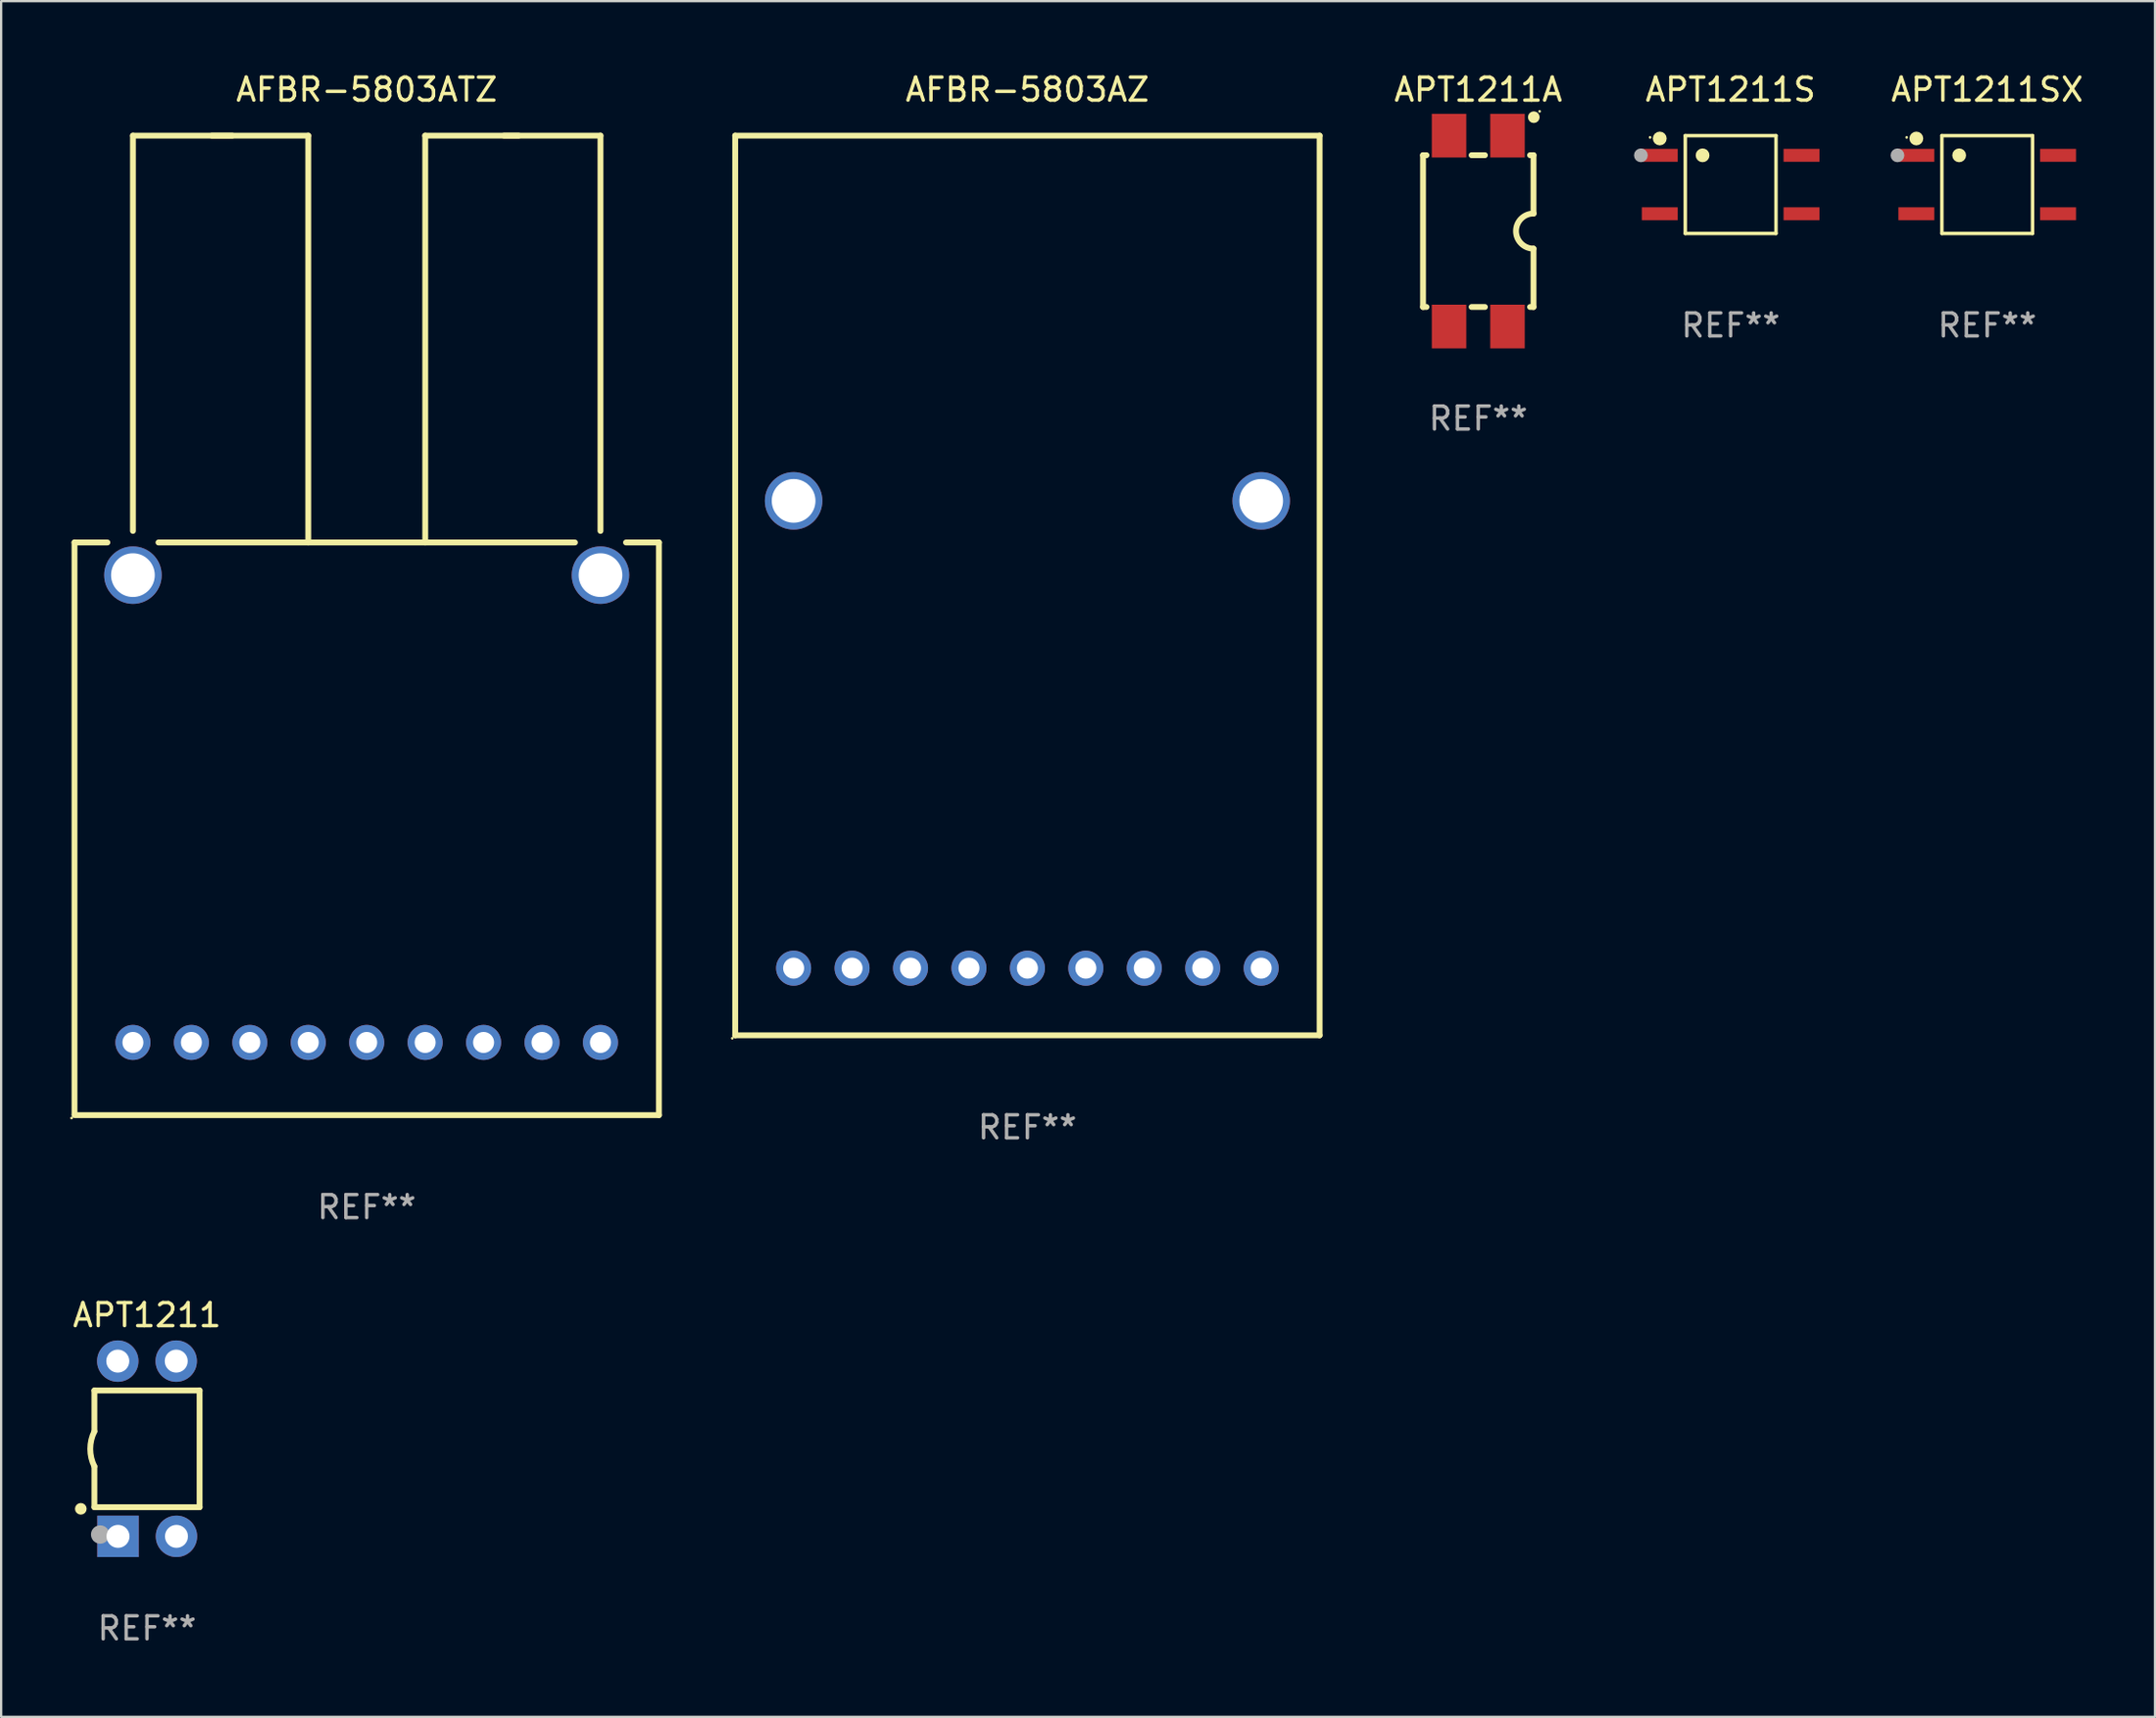
<source format=kicad_pcb>
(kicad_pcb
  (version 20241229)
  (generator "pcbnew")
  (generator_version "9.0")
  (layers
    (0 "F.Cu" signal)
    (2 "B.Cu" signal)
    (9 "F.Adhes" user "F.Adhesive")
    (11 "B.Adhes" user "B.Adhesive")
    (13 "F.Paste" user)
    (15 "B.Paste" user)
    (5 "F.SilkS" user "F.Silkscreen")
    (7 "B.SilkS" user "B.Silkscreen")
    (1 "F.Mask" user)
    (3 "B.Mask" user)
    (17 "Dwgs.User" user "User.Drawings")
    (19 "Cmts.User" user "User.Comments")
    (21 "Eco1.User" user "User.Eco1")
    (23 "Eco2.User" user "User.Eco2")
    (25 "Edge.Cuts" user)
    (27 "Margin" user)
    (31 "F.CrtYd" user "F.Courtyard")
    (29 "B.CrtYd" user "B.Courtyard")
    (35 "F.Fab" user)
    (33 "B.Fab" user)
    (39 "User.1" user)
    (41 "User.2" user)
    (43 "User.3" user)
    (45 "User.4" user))
  (footprint "APT1211SX"
    (layer "F.Cu")
    (at 83.315 4.974)
    (property "Reference" "APT1211SX" (at 0 -4.126 0) (layer "F.SilkS") (effects (font (size 1 1) (thickness 0.15))))
    (attr through_hole)
    (fp_line (start -1.971 -2.126) (end 1.971 -2.126) (stroke (width 0.152) (type solid)) (layer "F.SilkS"))
    (fp_line (start -1.971 2.126) (end -1.971 -2.126) (stroke (width 0.152) (type solid)) (layer "F.SilkS"))
    (fp_line (start 1.971 -2.126) (end 1.971 2.126) (stroke (width 0.152) (type solid)) (layer "F.SilkS"))
    (fp_line (start 1.971 2.126) (end -1.971 2.126) (stroke (width 0.152) (type solid)) (layer "F.SilkS"))
    (fp_circle (center -3.5 -2.05) (end -3.47 -2.05) (stroke (width 0.06) (type solid)) (fill no) (layer "F.SilkS"))
    (fp_circle (center -3.08 -2.002) (end -2.93 -2.002) (stroke (width 0.3) (type solid)) (fill no) (layer "F.SilkS"))
    (fp_circle (center -1.219 -1.27) (end -1.069 -1.27) (stroke (width 0.3) (type solid)) (fill no) (layer "F.SilkS"))
    (fp_circle (center -3.9 -1.27) (end -3.75 -1.27) (stroke (width 0.3) (type solid)) (fill no) (layer "F.Fab"))
    (fp_text user "REF**" (at 0 6.126 0) (layer "F.Fab") (effects (font (size 1 1) (thickness 0.15))))
    (pad "1" smd rect (at -3.08 -1.27 270) (size 0.56 1.56) (layers "F.Cu" "F.Mask" "F.Paste"))
    (pad "2" smd rect (at -3.08 1.27 270) (size 0.56 1.56) (layers "F.Cu" "F.Mask" "F.Paste"))
    (pad "3" smd rect (at 3.08 1.27 270) (size 0.56 1.56) (layers "F.Cu" "F.Mask" "F.Paste"))
    (pad "4" smd rect (at 3.08 -1.27 270) (size 0.56 1.56) (layers "F.Cu" "F.Mask" "F.Paste")))
  (footprint "APT1211S"
    (layer "F.Cu")
    (at 72.164 4.974)
    (property "Reference" "APT1211S" (at 0 -4.126 0) (layer "F.SilkS") (effects (font (size 1 1) (thickness 0.15))))
    (attr through_hole)
    (fp_line (start -1.971 -2.126) (end 1.971 -2.126) (stroke (width 0.152) (type solid)) (layer "F.SilkS"))
    (fp_line (start -1.971 2.126) (end -1.971 -2.126) (stroke (width 0.152) (type solid)) (layer "F.SilkS"))
    (fp_line (start 1.971 -2.126) (end 1.971 2.126) (stroke (width 0.152) (type solid)) (layer "F.SilkS"))
    (fp_line (start 1.971 2.126) (end -1.971 2.126) (stroke (width 0.152) (type solid)) (layer "F.SilkS"))
    (fp_circle (center -3.5 -2.05) (end -3.47 -2.05) (stroke (width 0.06) (type solid)) (fill no) (layer "F.SilkS"))
    (fp_circle (center -3.08 -2.002) (end -2.93 -2.002) (stroke (width 0.3) (type solid)) (fill no) (layer "F.SilkS"))
    (fp_circle (center -1.219 -1.27) (end -1.069 -1.27) (stroke (width 0.3) (type solid)) (fill no) (layer "F.SilkS"))
    (fp_circle (center -3.9 -1.27) (end -3.75 -1.27) (stroke (width 0.3) (type solid)) (fill no) (layer "F.Fab"))
    (fp_text user "REF**" (at 0 6.126 0) (layer "F.Fab") (effects (font (size 1 1) (thickness 0.15))))
    (pad "1" smd rect (at -3.08 -1.27 270) (size 0.56 1.56) (layers "F.Cu" "F.Mask" "F.Paste"))
    (pad "2" smd rect (at -3.08 1.27 270) (size 0.56 1.56) (layers "F.Cu" "F.Mask" "F.Paste"))
    (pad "3" smd rect (at 3.08 1.27 270) (size 0.56 1.56) (layers "F.Cu" "F.Mask" "F.Paste"))
    (pad "4" smd rect (at 3.08 -1.27 270) (size 0.56 1.56) (layers "F.Cu" "F.Mask" "F.Paste")))
  (footprint "APT1211"
    (layer "F.Cu")
    (at 3.339 59.944)
    (property "Reference" "APT1211" (at 0 -5.81 0) (layer "F.SilkS") (effects (font (size 1 1) (thickness 0.15))))
    (attr through_hole)
    (fp_line (start -2.286 -2.532) (end -2.286 -0.754) (stroke (width 0.254) (type solid)) (layer "F.SilkS"))
    (fp_line (start -2.286 -2.532) (end 2.286 -2.532) (stroke (width 0.254) (type solid)) (layer "F.SilkS"))
    (fp_line (start -2.286 0.77) (end -2.286 2.542) (stroke (width 0.254) (type solid)) (layer "F.SilkS"))
    (fp_line (start -2.286 2.542) (end 2.286 2.542) (stroke (width 0.254) (type solid)) (layer "F.SilkS"))
    (fp_line (start 2.286 -2.532) (end 2.286 2.542) (stroke (width 0.254) (type solid)) (layer "F.SilkS"))
    (fp_arc (start -2.286005 0.769952) (mid -2.465889 0.00795) (end -2.286005 -0.754051) (stroke (width 0.254001) (type solid)) (layer "F.SilkS"))
    (fp_circle (center -2.877 2.613) (end -2.75 2.613) (stroke (width 0.254) (type solid)) (fill no) (layer "F.SilkS"))
    (fp_circle (center -2.29 3.935) (end -2.26 3.935) (stroke (width 0.06) (type solid)) (fill no) (layer "F.SilkS"))
    (fp_circle (center -2.035 3.73) (end -1.835 3.73) (stroke (width 0.4) (type solid)) (fill no) (layer "F.Fab"))
    (fp_text user "REF**" (at 0 7.81 0) (layer "F.Fab") (effects (font (size 1 1) (thickness 0.15))))
    (pad "1" thru_hole rect (at -1.26 3.81 180) (size 1.8 1.8) (drill 1) (layers "*.Cu" "*.Mask"))
    (pad "2" thru_hole circle (at 1.28 3.81) (size 1.8 1.8) (drill 1) (layers "*.Cu" "*.Mask"))
    (pad "3" thru_hole circle (at 1.27 -3.81) (size 1.8 1.8) (drill 1) (layers "*.Cu" "*.Mask"))
    (pad "4" thru_hole circle (at -1.27 -3.81) (size 1.8 1.8) (drill 1) (layers "*.Cu" "*.Mask")))
  (footprint "AFBR-5803AZ"
    (layer "F.Cu")
    (at 41.601 22.408)
    (property "Reference" "AFBR-5803AZ" (at 0 -21.56 0) (layer "F.SilkS") (effects (font (size 1 1) (thickness 0.15))))
    (attr through_hole)
    (fp_line (start -12.7 19.56) (end -12.7 -19.56) (stroke (width 0.254) (type solid)) (layer "F.SilkS"))
    (fp_line (start 12.7 -19.56) (end -12.7 -19.56) (stroke (width 0.254) (type solid)) (layer "F.SilkS"))
    (fp_line (start 12.7 -19.56) (end 12.7 19.56) (stroke (width 0.254) (type solid)) (layer "F.SilkS"))
    (fp_line (start 12.7 19.56) (end -12.7 19.56) (stroke (width 0.254) (type solid)) (layer "F.SilkS"))
    (fp_circle (center -12.827 19.687) (end -12.797 19.687) (stroke (width 0.06) (type solid)) (fill no) (layer "F.SilkS"))
    (fp_text user "REF**" (at 0 23.56 0) (layer "F.Fab") (effects (font (size 1 1) (thickness 0.15))))
    (pad "1" thru_hole circle (at -10.16 16.64) (size 1.524 1.524) (drill 0.914) (layers "*.Cu" "*.Mask"))
    (pad "2" thru_hole circle (at -7.62 16.64) (size 1.524 1.524) (drill 0.914) (layers "*.Cu" "*.Mask"))
    (pad "3" thru_hole circle (at -5.08 16.64) (size 1.524 1.524) (drill 0.914) (layers "*.Cu" "*.Mask"))
    (pad "4" thru_hole circle (at -2.54 16.64) (size 1.524 1.524) (drill 0.914) (layers "*.Cu" "*.Mask"))
    (pad "5" thru_hole circle (at 0 16.64) (size 1.524 1.524) (drill 0.914) (layers "*.Cu" "*.Mask"))
    (pad "6" thru_hole circle (at 2.54 16.64) (size 1.524 1.524) (drill 0.914) (layers "*.Cu" "*.Mask"))
    (pad "7" thru_hole circle (at 5.08 16.64) (size 1.524 1.524) (drill 0.914) (layers "*.Cu" "*.Mask"))
    (pad "8" thru_hole circle (at 7.62 16.64) (size 1.524 1.524) (drill 0.914) (layers "*.Cu" "*.Mask"))
    (pad "9" thru_hole circle (at 10.16 16.64) (size 1.524 1.524) (drill 0.914) (layers "*.Cu" "*.Mask"))
    (pad "10" thru_hole circle (at 10.16 -3.68) (size 2.5 2.5) (drill 1.9) (layers "*.Cu" "*.Mask"))
    (pad "11" thru_hole circle (at -10.16 -3.68) (size 2.5 2.5) (drill 1.9) (layers "*.Cu" "*.Mask")))
  (footprint "AFBR-5803ATZ"
    (layer "F.Cu")
    (at 12.887 24.143)
    (property "Reference" "AFBR-5803ATZ" (at 0 -23.295 0) (layer "F.SilkS") (effects (font (size 1 1) (thickness 0.15))))
    (attr through_hole)
    (fp_line (start -12.7 -3.606) (end -12.7 21.251) (stroke (width 0.254) (type solid)) (layer "F.SilkS"))
    (fp_line (start -11.27 -3.606) (end -12.7 -3.606) (stroke (width 0.254) (type solid)) (layer "F.SilkS"))
    (fp_line (start -10.16 -21.295) (end -2.54 -21.295) (stroke (width 0.254) (type solid)) (layer "F.SilkS"))
    (fp_line (start -10.16 -4.107) (end -10.16 -21.295) (stroke (width 0.254) (type solid)) (layer "F.SilkS"))
    (fp_line (start -5.842 -21.295) (end -6.731 -21.295) (stroke (width 0.254) (type solid)) (layer "F.SilkS"))
    (fp_line (start -2.54 -21.295) (end -2.54 -3.606) (stroke (width 0.254) (type solid)) (layer "F.SilkS"))
    (fp_line (start 2.544 -3.606) (end 2.544 -21.295) (stroke (width 0.254) (type solid)) (layer "F.SilkS"))
    (fp_line (start 6.604 -21.295) (end 5.969 -21.295) (stroke (width 0.254) (type solid)) (layer "F.SilkS"))
    (fp_line (start 9.05 -3.606) (end -9.05 -3.606) (stroke (width 0.254) (type solid)) (layer "F.SilkS"))
    (fp_line (start 10.16 -21.295) (end 2.54 -21.295) (stroke (width 0.254) (type solid)) (layer "F.SilkS"))
    (fp_line (start 10.16 -4.107) (end 10.16 -21.295) (stroke (width 0.254) (type solid)) (layer "F.SilkS"))
    (fp_line (start 12.7 -3.606) (end 11.27 -3.606) (stroke (width 0.254) (type solid)) (layer "F.SilkS"))
    (fp_line (start 12.7 -3.606) (end 12.7 21.295) (stroke (width 0.254) (type solid)) (layer "F.SilkS"))
    (fp_line (start 12.7 21.295) (end -12.7 21.295) (stroke (width 0.254) (type solid)) (layer "F.SilkS"))
    (fp_circle (center -12.827 21.421) (end -12.797 21.421) (stroke (width 0.06) (type solid)) (fill no) (layer "F.SilkS"))
    (fp_text user "REF**" (at 0 25.295 0) (layer "F.Fab") (effects (font (size 1 1) (thickness 0.15))))
    (pad "1" thru_hole circle (at -10.16 18.135) (size 1.524 1.524) (drill 0.914) (layers "*.Cu" "*.Mask"))
    (pad "2" thru_hole circle (at -7.62 18.135) (size 1.524 1.524) (drill 0.914) (layers "*.Cu" "*.Mask"))
    (pad "3" thru_hole circle (at -5.08 18.135) (size 1.524 1.524) (drill 0.914) (layers "*.Cu" "*.Mask"))
    (pad "4" thru_hole circle (at -2.54 18.135) (size 1.524 1.524) (drill 0.914) (layers "*.Cu" "*.Mask"))
    (pad "5" thru_hole circle (at 0 18.135) (size 1.524 1.524) (drill 0.914) (layers "*.Cu" "*.Mask"))
    (pad "6" thru_hole circle (at 2.54 18.135) (size 1.524 1.524) (drill 0.914) (layers "*.Cu" "*.Mask"))
    (pad "7" thru_hole circle (at 5.08 18.135) (size 1.524 1.524) (drill 0.914) (layers "*.Cu" "*.Mask"))
    (pad "8" thru_hole circle (at 7.62 18.135) (size 1.524 1.524) (drill 0.914) (layers "*.Cu" "*.Mask"))
    (pad "9" thru_hole circle (at 10.16 18.135) (size 1.524 1.524) (drill 0.914) (layers "*.Cu" "*.Mask"))
    (pad "10" thru_hole circle (at 10.16 -2.185) (size 2.5 2.5) (drill 1.9) (layers "*.Cu" "*.Mask"))
    (pad "11" thru_hole circle (at -10.16 -2.185) (size 2.5 2.5) (drill 1.9) (layers "*.Cu" "*.Mask")))
  (footprint "APT1211A"
    (layer "F.Cu")
    (at 61.196 6.998)
    (property "Reference" "APT1211A" (at 0 -6.15 0) (layer "F.SilkS") (effects (font (size 1 1) (thickness 0.15))))
    (attr through_hole)
    (fp_line (start -2.4 -3.3) (end -2.251 -3.3) (stroke (width 0.254) (type solid)) (layer "F.SilkS"))
    (fp_line (start -2.4 3.3) (end -2.4 -3.3) (stroke (width 0.254) (type solid)) (layer "F.SilkS"))
    (fp_line (start -2.4 3.3) (end -2.251 3.3) (stroke (width 0.254) (type solid)) (layer "F.SilkS"))
    (fp_line (start -0.289 -3.3) (end 0.289 -3.3) (stroke (width 0.254) (type solid)) (layer "F.SilkS"))
    (fp_line (start -0.289 3.3) (end 0.289 3.3) (stroke (width 0.254) (type solid)) (layer "F.SilkS"))
    (fp_line (start 2.251 -3.3) (end 2.4 -3.3) (stroke (width 0.254) (type solid)) (layer "F.SilkS"))
    (fp_line (start 2.251 3.3) (end 2.4 3.3) (stroke (width 0.254) (type solid)) (layer "F.SilkS"))
    (fp_line (start 2.4 -3.3) (end 2.4 -0.762) (stroke (width 0.254) (type solid)) (layer "F.SilkS"))
    (fp_line (start 2.4 3.3) (end 2.4 0.762) (stroke (width 0.254) (type solid)) (layer "F.SilkS"))
    (fp_arc (start 2.39939 0.7619) (mid 1.644729 -0.003742) (end 2.406731 -0.762077) (stroke (width 0.254001) (type solid)) (layer "F.SilkS"))
    (fp_circle (center 2.413 -4.953) (end 2.54 -4.953) (stroke (width 0.254) (type solid)) (fill no) (layer "F.SilkS"))
    (fp_circle (center 2.667 -5.207) (end 2.697 -5.207) (stroke (width 0.06) (type solid)) (fill no) (layer "F.SilkS"))
    (fp_text user "REF**" (at 0 8.15 0) (layer "F.Fab") (effects (font (size 1 1) (thickness 0.15))))
    (pad "1" smd rect (at 1.27 -4.15) (size 1.5 1.9) (layers "F.Cu" "F.Mask" "F.Paste"))
    (pad "2" smd rect (at -1.27 -4.15) (size 1.5 1.9) (layers "F.Cu" "F.Mask" "F.Paste"))
    (pad "3" smd rect (at -1.27 4.15) (size 1.5 1.9) (layers "F.Cu" "F.Mask" "F.Paste"))
    (pad "4" smd rect (at 1.27 4.15) (size 1.5 1.9) (layers "F.Cu" "F.Mask" "F.Paste")))
  (gr_rect
    (start -3 -3)
    (end 90.607 71.602)
    (stroke (width 0.1) (type default))
    (fill no)
    (layer "Edge.Cuts")))
</source>
